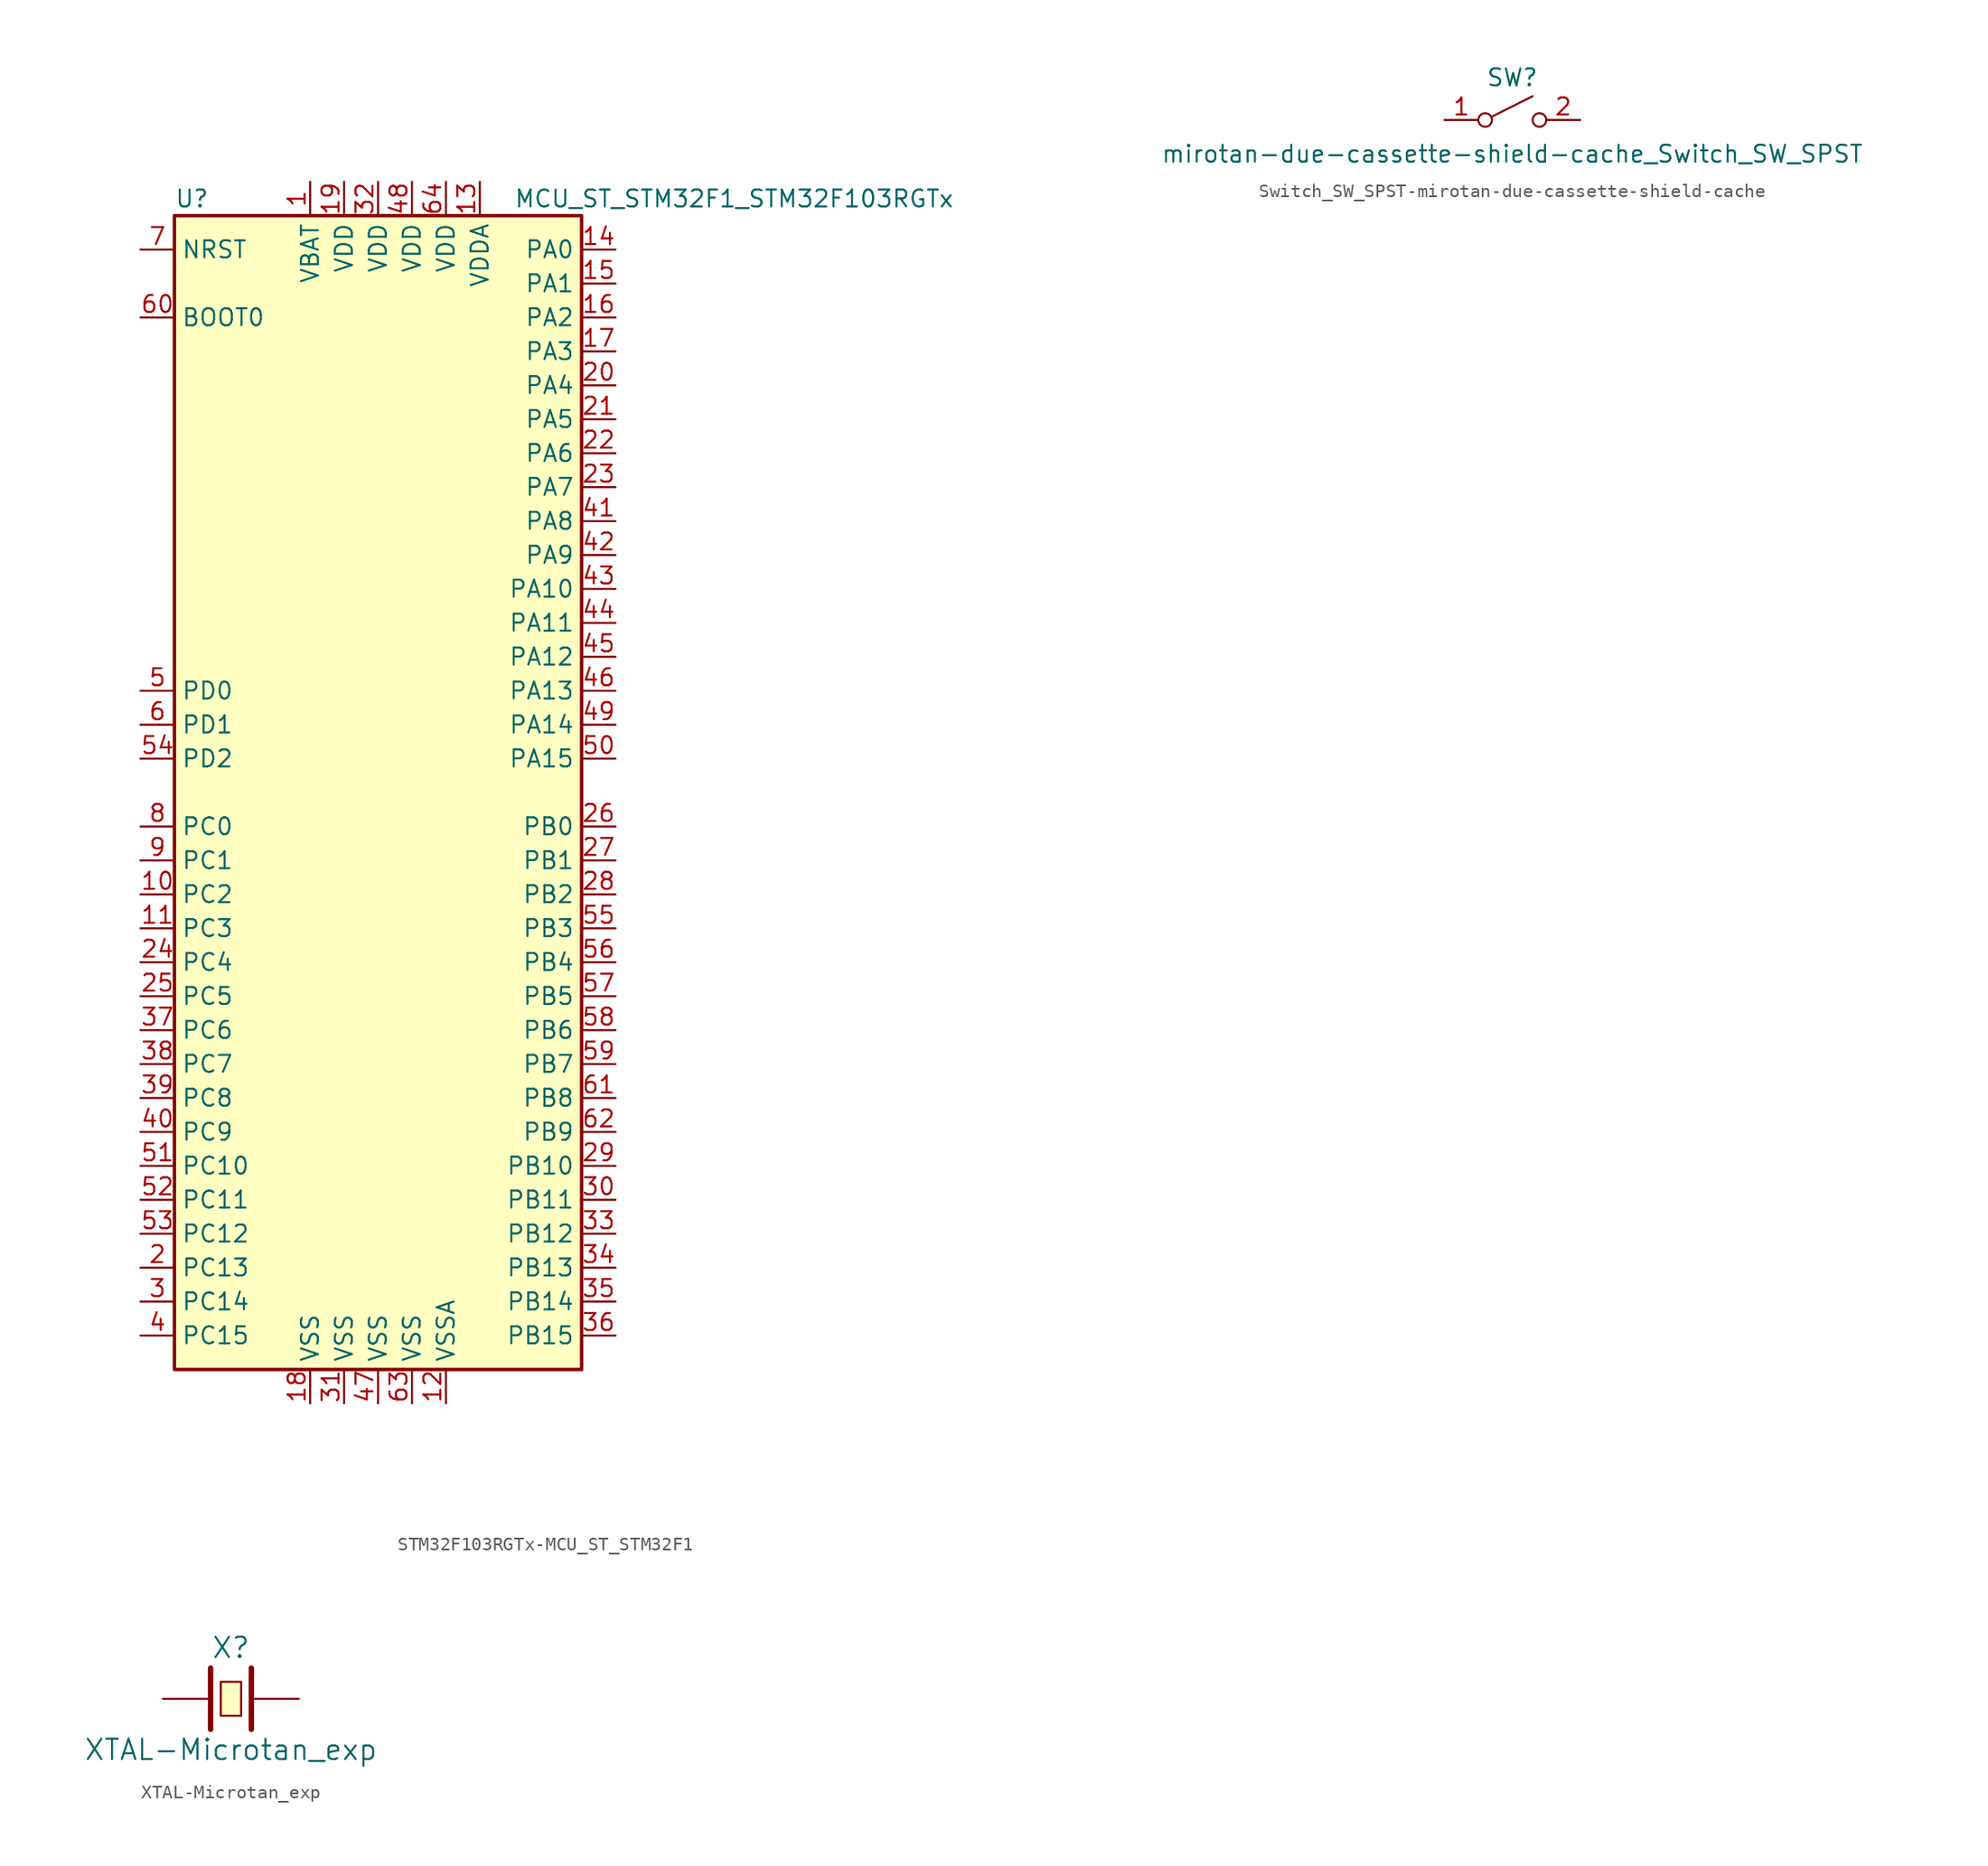
<source format=kicad_sym>
(kicad_symbol_lib
  (version 20231120)
  (generator "kicad_symbol_editor")
  (generator_version "8.0")
  (symbol "STM32F103RGTx-MCU_ST_STM32F1"
    (property "Reference" "U"
      (at -15.24 44.45 0)
      (effects (font (size 1.27 1.27)) (justify left)))
    (property "Value" "MCU_ST_STM32F1_STM32F103RGTx"
      (at 10.16 44.45 0)
      (effects (font (size 1.27 1.27)) (justify left)))
    (symbol "STM32F103RGTx-MCU_ST_STM32F1_0_1"
      (rectangle (start -15.24 -43.18) (end 15.24 43.18) (stroke (width 0.254) (type solid)) (fill (type background))))
    (symbol "STM32F103RGTx-MCU_ST_STM32F1_1_1"
      (pin power_in line (at -5.08 45.72 270) (length 2.54) (name "VBAT" (effects (font (size 1.27 1.27)))) (number "1" (effects (font (size 1.27 1.27)))))
      (pin bidirectional line (at -17.78 -7.62 0) (length 2.54) (name "PC2" (effects (font (size 1.27 1.27)))) (number "10" (effects (font (size 1.27 1.27)))))
      (pin bidirectional line (at -17.78 -10.16 0) (length 2.54) (name "PC3" (effects (font (size 1.27 1.27)))) (number "11" (effects (font (size 1.27 1.27)))))
      (pin power_in line (at 5.08 -45.72 90) (length 2.54) (name "VSSA" (effects (font (size 1.27 1.27)))) (number "12" (effects (font (size 1.27 1.27)))))
      (pin power_in line (at 7.62 45.72 270) (length 2.54) (name "VDDA" (effects (font (size 1.27 1.27)))) (number "13" (effects (font (size 1.27 1.27)))))
      (pin bidirectional line (at 17.78 40.64 180) (length 2.54) (name "PA0" (effects (font (size 1.27 1.27)))) (number "14" (effects (font (size 1.27 1.27)))))
      (pin bidirectional line (at 17.78 38.1 180) (length 2.54) (name "PA1" (effects (font (size 1.27 1.27)))) (number "15" (effects (font (size 1.27 1.27)))))
      (pin bidirectional line (at 17.78 35.56 180) (length 2.54) (name "PA2" (effects (font (size 1.27 1.27)))) (number "16" (effects (font (size 1.27 1.27)))))
      (pin bidirectional line (at 17.78 33.02 180) (length 2.54) (name "PA3" (effects (font (size 1.27 1.27)))) (number "17" (effects (font (size 1.27 1.27)))))
      (pin power_in line (at -5.08 -45.72 90) (length 2.54) (name "VSS" (effects (font (size 1.27 1.27)))) (number "18" (effects (font (size 1.27 1.27)))))
      (pin power_in line (at -2.54 45.72 270) (length 2.54) (name "VDD" (effects (font (size 1.27 1.27)))) (number "19" (effects (font (size 1.27 1.27)))))
      (pin bidirectional line (at -17.78 -35.56 0) (length 2.54) (name "PC13" (effects (font (size 1.27 1.27)))) (number "2" (effects (font (size 1.27 1.27)))))
      (pin bidirectional line (at 17.78 30.48 180) (length 2.54) (name "PA4" (effects (font (size 1.27 1.27)))) (number "20" (effects (font (size 1.27 1.27)))))
      (pin bidirectional line (at 17.78 27.94 180) (length 2.54) (name "PA5" (effects (font (size 1.27 1.27)))) (number "21" (effects (font (size 1.27 1.27)))))
      (pin bidirectional line (at 17.78 25.4 180) (length 2.54) (name "PA6" (effects (font (size 1.27 1.27)))) (number "22" (effects (font (size 1.27 1.27)))))
      (pin bidirectional line (at 17.78 22.86 180) (length 2.54) (name "PA7" (effects (font (size 1.27 1.27)))) (number "23" (effects (font (size 1.27 1.27)))))
      (pin bidirectional line (at -17.78 -12.7 0) (length 2.54) (name "PC4" (effects (font (size 1.27 1.27)))) (number "24" (effects (font (size 1.27 1.27)))))
      (pin bidirectional line (at -17.78 -15.24 0) (length 2.54) (name "PC5" (effects (font (size 1.27 1.27)))) (number "25" (effects (font (size 1.27 1.27)))))
      (pin bidirectional line (at 17.78 -2.54 180) (length 2.54) (name "PB0" (effects (font (size 1.27 1.27)))) (number "26" (effects (font (size 1.27 1.27)))))
      (pin bidirectional line (at 17.78 -5.08 180) (length 2.54) (name "PB1" (effects (font (size 1.27 1.27)))) (number "27" (effects (font (size 1.27 1.27)))))
      (pin bidirectional line (at 17.78 -7.62 180) (length 2.54) (name "PB2" (effects (font (size 1.27 1.27)))) (number "28" (effects (font (size 1.27 1.27)))))
      (pin bidirectional line (at 17.78 -27.94 180) (length 2.54) (name "PB10" (effects (font (size 1.27 1.27)))) (number "29" (effects (font (size 1.27 1.27)))))
      (pin bidirectional line (at -17.78 -38.1 0) (length 2.54) (name "PC14" (effects (font (size 1.27 1.27)))) (number "3" (effects (font (size 1.27 1.27)))))
      (pin bidirectional line (at 17.78 -30.48 180) (length 2.54) (name "PB11" (effects (font (size 1.27 1.27)))) (number "30" (effects (font (size 1.27 1.27)))))
      (pin power_in line (at -2.54 -45.72 90) (length 2.54) (name "VSS" (effects (font (size 1.27 1.27)))) (number "31" (effects (font (size 1.27 1.27)))))
      (pin power_in line (at 0 45.72 270) (length 2.54) (name "VDD" (effects (font (size 1.27 1.27)))) (number "32" (effects (font (size 1.27 1.27)))))
      (pin bidirectional line (at 17.78 -33.02 180) (length 2.54) (name "PB12" (effects (font (size 1.27 1.27)))) (number "33" (effects (font (size 1.27 1.27)))))
      (pin bidirectional line (at 17.78 -35.56 180) (length 2.54) (name "PB13" (effects (font (size 1.27 1.27)))) (number "34" (effects (font (size 1.27 1.27)))))
      (pin bidirectional line (at 17.78 -38.1 180) (length 2.54) (name "PB14" (effects (font (size 1.27 1.27)))) (number "35" (effects (font (size 1.27 1.27)))))
      (pin bidirectional line (at 17.78 -40.64 180) (length 2.54) (name "PB15" (effects (font (size 1.27 1.27)))) (number "36" (effects (font (size 1.27 1.27)))))
      (pin bidirectional line (at -17.78 -17.78 0) (length 2.54) (name "PC6" (effects (font (size 1.27 1.27)))) (number "37" (effects (font (size 1.27 1.27)))))
      (pin bidirectional line (at -17.78 -20.32 0) (length 2.54) (name "PC7" (effects (font (size 1.27 1.27)))) (number "38" (effects (font (size 1.27 1.27)))))
      (pin bidirectional line (at -17.78 -22.86 0) (length 2.54) (name "PC8" (effects (font (size 1.27 1.27)))) (number "39" (effects (font (size 1.27 1.27)))))
      (pin bidirectional line (at -17.78 -40.64 0) (length 2.54) (name "PC15" (effects (font (size 1.27 1.27)))) (number "4" (effects (font (size 1.27 1.27)))))
      (pin bidirectional line (at -17.78 -25.4 0) (length 2.54) (name "PC9" (effects (font (size 1.27 1.27)))) (number "40" (effects (font (size 1.27 1.27)))))
      (pin bidirectional line (at 17.78 20.32 180) (length 2.54) (name "PA8" (effects (font (size 1.27 1.27)))) (number "41" (effects (font (size 1.27 1.27)))))
      (pin bidirectional line (at 17.78 17.78 180) (length 2.54) (name "PA9" (effects (font (size 1.27 1.27)))) (number "42" (effects (font (size 1.27 1.27)))))
      (pin bidirectional line (at 17.78 15.24 180) (length 2.54) (name "PA10" (effects (font (size 1.27 1.27)))) (number "43" (effects (font (size 1.27 1.27)))))
      (pin bidirectional line (at 17.78 12.7 180) (length 2.54) (name "PA11" (effects (font (size 1.27 1.27)))) (number "44" (effects (font (size 1.27 1.27)))))
      (pin bidirectional line (at 17.78 10.16 180) (length 2.54) (name "PA12" (effects (font (size 1.27 1.27)))) (number "45" (effects (font (size 1.27 1.27)))))
      (pin bidirectional line (at 17.78 7.62 180) (length 2.54) (name "PA13" (effects (font (size 1.27 1.27)))) (number "46" (effects (font (size 1.27 1.27)))))
      (pin power_in line (at 0 -45.72 90) (length 2.54) (name "VSS" (effects (font (size 1.27 1.27)))) (number "47" (effects (font (size 1.27 1.27)))))
      (pin power_in line (at 2.54 45.72 270) (length 2.54) (name "VDD" (effects (font (size 1.27 1.27)))) (number "48" (effects (font (size 1.27 1.27)))))
      (pin bidirectional line (at 17.78 5.08 180) (length 2.54) (name "PA14" (effects (font (size 1.27 1.27)))) (number "49" (effects (font (size 1.27 1.27)))))
      (pin input line (at -17.78 7.62 0) (length 2.54) (name "PD0" (effects (font (size 1.27 1.27)))) (number "5" (effects (font (size 1.27 1.27)))))
      (pin bidirectional line (at 17.78 2.54 180) (length 2.54) (name "PA15" (effects (font (size 1.27 1.27)))) (number "50" (effects (font (size 1.27 1.27)))))
      (pin bidirectional line (at -17.78 -27.94 0) (length 2.54) (name "PC10" (effects (font (size 1.27 1.27)))) (number "51" (effects (font (size 1.27 1.27)))))
      (pin bidirectional line (at -17.78 -30.48 0) (length 2.54) (name "PC11" (effects (font (size 1.27 1.27)))) (number "52" (effects (font (size 1.27 1.27)))))
      (pin bidirectional line (at -17.78 -33.02 0) (length 2.54) (name "PC12" (effects (font (size 1.27 1.27)))) (number "53" (effects (font (size 1.27 1.27)))))
      (pin bidirectional line (at -17.78 2.54 0) (length 2.54) (name "PD2" (effects (font (size 1.27 1.27)))) (number "54" (effects (font (size 1.27 1.27)))))
      (pin bidirectional line (at 17.78 -10.16 180) (length 2.54) (name "PB3" (effects (font (size 1.27 1.27)))) (number "55" (effects (font (size 1.27 1.27)))))
      (pin bidirectional line (at 17.78 -12.7 180) (length 2.54) (name "PB4" (effects (font (size 1.27 1.27)))) (number "56" (effects (font (size 1.27 1.27)))))
      (pin bidirectional line (at 17.78 -15.24 180) (length 2.54) (name "PB5" (effects (font (size 1.27 1.27)))) (number "57" (effects (font (size 1.27 1.27)))))
      (pin bidirectional line (at 17.78 -17.78 180) (length 2.54) (name "PB6" (effects (font (size 1.27 1.27)))) (number "58" (effects (font (size 1.27 1.27)))))
      (pin bidirectional line (at 17.78 -20.32 180) (length 2.54) (name "PB7" (effects (font (size 1.27 1.27)))) (number "59" (effects (font (size 1.27 1.27)))))
      (pin input line (at -17.78 5.08 0) (length 2.54) (name "PD1" (effects (font (size 1.27 1.27)))) (number "6" (effects (font (size 1.27 1.27)))))
      (pin input line (at -17.78 35.56 0) (length 2.54) (name "BOOT0" (effects (font (size 1.27 1.27)))) (number "60" (effects (font (size 1.27 1.27)))))
      (pin bidirectional line (at 17.78 -22.86 180) (length 2.54) (name "PB8" (effects (font (size 1.27 1.27)))) (number "61" (effects (font (size 1.27 1.27)))))
      (pin bidirectional line (at 17.78 -25.4 180) (length 2.54) (name "PB9" (effects (font (size 1.27 1.27)))) (number "62" (effects (font (size 1.27 1.27)))))
      (pin power_in line (at 2.54 -45.72 90) (length 2.54) (name "VSS" (effects (font (size 1.27 1.27)))) (number "63" (effects (font (size 1.27 1.27)))))
      (pin power_in line (at 5.08 45.72 270) (length 2.54) (name "VDD" (effects (font (size 1.27 1.27)))) (number "64" (effects (font (size 1.27 1.27)))))
      (pin input line (at -17.78 40.64 0) (length 2.54) (name "NRST" (effects (font (size 1.27 1.27)))) (number "7" (effects (font (size 1.27 1.27)))))
      (pin bidirectional line (at -17.78 -2.54 0) (length 2.54) (name "PC0" (effects (font (size 1.27 1.27)))) (number "8" (effects (font (size 1.27 1.27)))))
      (pin bidirectional line (at -17.78 -5.08 0) (length 2.54) (name "PC1" (effects (font (size 1.27 1.27)))) (number "9" (effects (font (size 1.27 1.27)))))))
  (symbol "Switch_SW_SPST-mirotan-due-cassette-shield-cache"
    (pin_names
      (offset 0) hide)
    (property "Reference" "SW"
      (at 0 3.175 0)
      (effects (font (size 1.27 1.27))))
    (property "Value" "mirotan-due-cassette-shield-cache_Switch_SW_SPST"
      (at 0 -2.54 0)
      (effects (font (size 1.27 1.27))))
    (symbol "Switch_SW_SPST-mirotan-due-cassette-shield-cache_0_0"
      (circle (center -2.032 0) (radius 0.508) (stroke (width 0) (type solid)) (fill (type none)))
      (polyline (pts (xy -1.524 0.254) (xy 1.524 1.778)) (stroke (width 0) (type solid)) (fill (type none)))
      (circle (center 2.032 0) (radius 0.508) (stroke (width 0) (type solid)) (fill (type none))))
    (symbol "Switch_SW_SPST-mirotan-due-cassette-shield-cache_1_1"
      (pin passive line (at -5.08 0 0) (length 2.54) (name "A" (effects (font (size 1.27 1.27)))) (number "1" (effects (font (size 1.27 1.27)))))
      (pin passive line (at 5.08 0 180) (length 2.54) (name "B" (effects (font (size 1.27 1.27)))) (number "2" (effects (font (size 1.27 1.27)))))))
  (symbol "XTAL-Microtan_exp"
    (pin_numbers hide)
    (pin_names
      (offset 1.016) hide)
    (property "Reference" "X"
      (at 0 3.81 0)
      (effects (font (size 1.524 1.524))))
    (property "Value" "XTAL-Microtan_exp"
      (at 0 -3.81 0)
      (effects (font (size 1.524 1.524))))
    (property "Footprint" ""
      (at 0 0 0)
      (effects (font (size 1.524 1.524))))
    (property "Datasheet" ""
      (at 0 0 0)
      (effects (font (size 1.524 1.524))))
    (symbol "XTAL-Microtan_exp_0_1"
      (rectangle (start -0.762 1.27) (end 0.762 -1.27) (stroke (width 0) (type solid)) (fill (type background)))
      (polyline (pts (xy -1.524 2.286) (xy -1.524 -2.286)) (stroke (width 0.406) (type solid)) (fill (type none)))
      (polyline (pts (xy 1.524 2.286) (xy 1.524 -2.286)) (stroke (width 0.406) (type solid)) (fill (type none))))
    (symbol "XTAL-Microtan_exp_1_1"
      (pin passive line (at -5.08 0 0) (length 3.505) (name "1" (effects (font (size 1.016 1.016)))) (number "1" (effects (font (size 1.016 1.016)))))
      (pin passive line (at 5.08 0 180) (length 3.505) (name "2" (effects (font (size 1.016 1.016)))) (number "2" (effects (font (size 1.016 1.016))))))))
</source>
